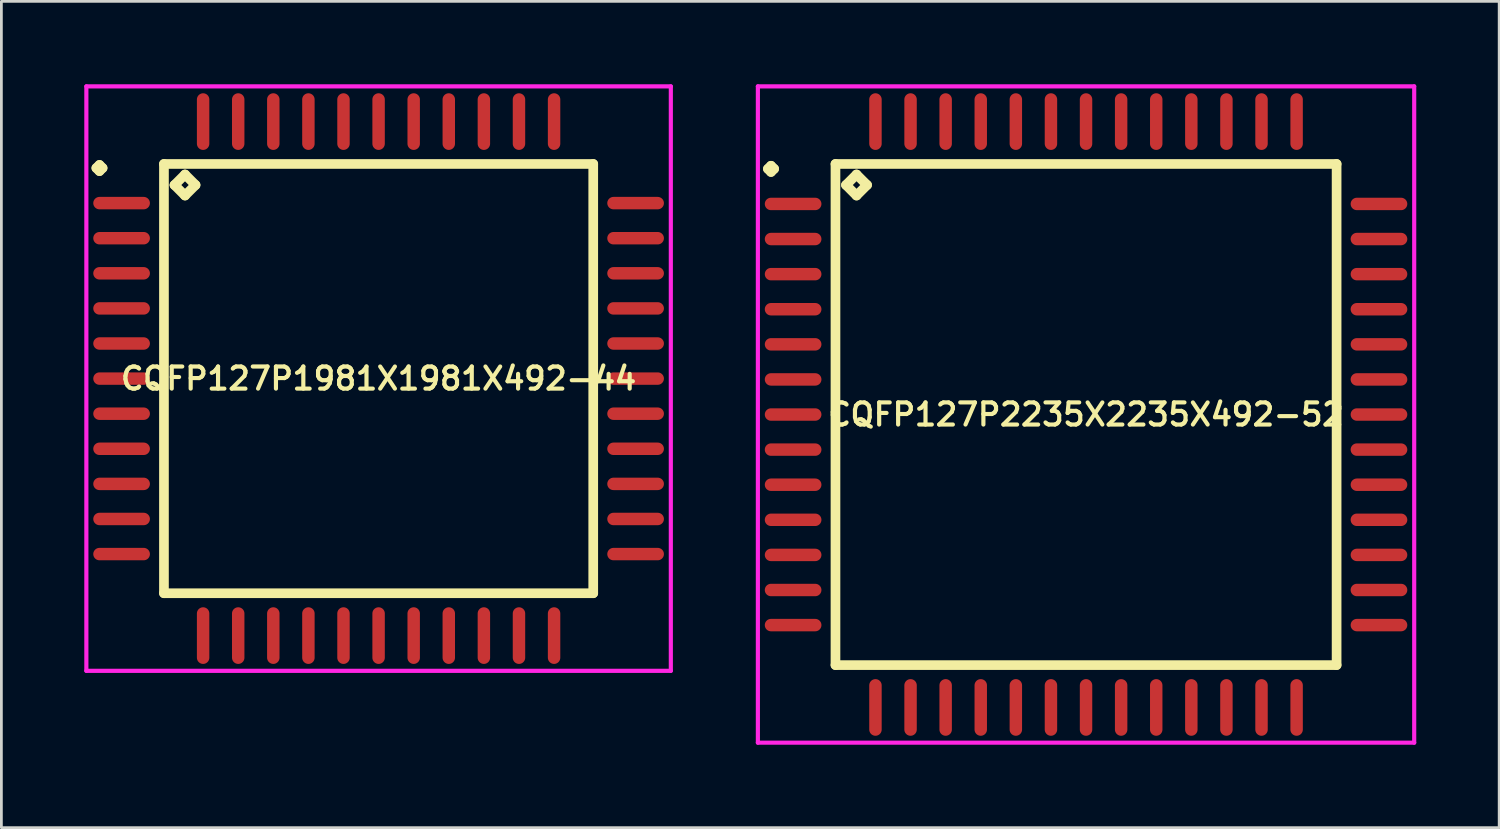
<source format=kicad_pcb>
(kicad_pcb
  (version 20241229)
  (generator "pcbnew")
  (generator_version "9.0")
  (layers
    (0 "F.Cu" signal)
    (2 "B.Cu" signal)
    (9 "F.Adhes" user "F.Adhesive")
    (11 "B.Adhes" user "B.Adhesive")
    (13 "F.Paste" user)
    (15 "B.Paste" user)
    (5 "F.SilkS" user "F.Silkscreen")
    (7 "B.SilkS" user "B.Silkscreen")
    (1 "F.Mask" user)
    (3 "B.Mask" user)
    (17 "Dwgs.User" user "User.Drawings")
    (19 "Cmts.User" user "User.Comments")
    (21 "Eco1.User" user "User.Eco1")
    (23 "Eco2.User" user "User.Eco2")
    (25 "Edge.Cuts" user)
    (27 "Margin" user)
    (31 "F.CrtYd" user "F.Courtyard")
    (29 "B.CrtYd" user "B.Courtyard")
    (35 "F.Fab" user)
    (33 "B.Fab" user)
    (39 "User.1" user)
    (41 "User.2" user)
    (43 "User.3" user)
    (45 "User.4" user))
  (footprint "CQFP127P2235X2235X492-52"
    (layer "F.Cu")
    (at 36.25 11.95)
    (property "Reference" "CQFP127P2235X2235X492-52" (at 0 0 0) (layer "F.SilkS") (effects (font (size 0.8 0.8) (thickness 0.15))))
    (attr smd)
    (fp_line (start -11.512 -8.89) (end -11.4 -9.002) (stroke (width 0.35) (type solid)) (layer "F.SilkS"))
    (fp_line (start -11.4 -9.002) (end -11.287 -8.89) (stroke (width 0.35) (type solid)) (layer "F.SilkS"))
    (fp_line (start -11.4 -8.777) (end -11.512 -8.89) (stroke (width 0.35) (type solid)) (layer "F.SilkS"))
    (fp_line (start -11.287 -8.89) (end -11.4 -8.777) (stroke (width 0.35) (type solid)) (layer "F.SilkS"))
    (fp_line (start -9.067 -9.067) (end -9.067 9.067) (stroke (width 0.35) (type solid)) (layer "F.SilkS"))
    (fp_line (start -9.067 9.067) (end 9.067 9.067) (stroke (width 0.35) (type solid)) (layer "F.SilkS"))
    (fp_line (start -8.686 -8.305) (end -8.305 -8.686) (stroke (width 0.35) (type solid)) (layer "F.SilkS"))
    (fp_line (start -8.305 -8.686) (end -7.924 -8.305) (stroke (width 0.35) (type solid)) (layer "F.SilkS"))
    (fp_line (start -8.305 -7.924) (end -8.686 -8.305) (stroke (width 0.35) (type solid)) (layer "F.SilkS"))
    (fp_line (start -7.924 -8.305) (end -8.305 -7.924) (stroke (width 0.35) (type solid)) (layer "F.SilkS"))
    (fp_line (start 9.067 -9.067) (end -9.067 -9.067) (stroke (width 0.35) (type solid)) (layer "F.SilkS"))
    (fp_line (start 9.067 9.067) (end 9.067 -9.067) (stroke (width 0.35) (type solid)) (layer "F.SilkS"))
    (fp_line (start -11.875 -11.875) (end 11.875 -11.875) (stroke (width 0.15) (type solid)) (layer "F.CrtYd"))
    (fp_line (start -11.875 11.875) (end -11.875 -11.875) (stroke (width 0.15) (type solid)) (layer "F.CrtYd"))
    (fp_line (start 11.875 -11.875) (end 11.875 11.875) (stroke (width 0.15) (type solid)) (layer "F.CrtYd"))
    (fp_line (start 11.875 11.875) (end -11.875 11.875) (stroke (width 0.15) (type solid)) (layer "F.CrtYd"))
    (pad "1" smd oval (at -10.6 -7.62) (size 2.05 0.45) (layers "F.Cu" "F.Mask" "F.Paste"))
    (pad "2" smd oval (at -10.6 -6.35) (size 2.05 0.45) (layers "F.Cu" "F.Mask" "F.Paste"))
    (pad "3" smd oval (at -10.6 -5.08) (size 2.05 0.45) (layers "F.Cu" "F.Mask" "F.Paste"))
    (pad "4" smd oval (at -10.6 -3.81) (size 2.05 0.45) (layers "F.Cu" "F.Mask" "F.Paste"))
    (pad "5" smd oval (at -10.6 -2.54) (size 2.05 0.45) (layers "F.Cu" "F.Mask" "F.Paste"))
    (pad "6" smd oval (at -10.6 -1.27) (size 2.05 0.45) (layers "F.Cu" "F.Mask" "F.Paste"))
    (pad "7" smd oval (at -10.6 0) (size 2.05 0.45) (layers "F.Cu" "F.Mask" "F.Paste"))
    (pad "8" smd oval (at -10.6 1.27) (size 2.05 0.45) (layers "F.Cu" "F.Mask" "F.Paste"))
    (pad "9" smd oval (at -10.6 2.54) (size 2.05 0.45) (layers "F.Cu" "F.Mask" "F.Paste"))
    (pad "10" smd oval (at -10.6 3.81) (size 2.05 0.45) (layers "F.Cu" "F.Mask" "F.Paste"))
    (pad "11" smd oval (at -10.6 5.08) (size 2.05 0.45) (layers "F.Cu" "F.Mask" "F.Paste"))
    (pad "12" smd oval (at -10.6 6.35) (size 2.05 0.45) (layers "F.Cu" "F.Mask" "F.Paste"))
    (pad "13" smd oval (at -10.6 7.62) (size 2.05 0.45) (layers "F.Cu" "F.Mask" "F.Paste"))
    (pad "14" smd oval (at -7.62 10.6) (size 0.45 2.05) (layers "F.Cu" "F.Mask" "F.Paste"))
    (pad "15" smd oval (at -6.35 10.6) (size 0.45 2.05) (layers "F.Cu" "F.Mask" "F.Paste"))
    (pad "16" smd oval (at -5.08 10.6) (size 0.45 2.05) (layers "F.Cu" "F.Mask" "F.Paste"))
    (pad "17" smd oval (at -3.81 10.6) (size 0.45 2.05) (layers "F.Cu" "F.Mask" "F.Paste"))
    (pad "18" smd oval (at -2.54 10.6) (size 0.45 2.05) (layers "F.Cu" "F.Mask" "F.Paste"))
    (pad "19" smd oval (at -1.27 10.6) (size 0.45 2.05) (layers "F.Cu" "F.Mask" "F.Paste"))
    (pad "20" smd oval (at 0 10.6) (size 0.45 2.05) (layers "F.Cu" "F.Mask" "F.Paste"))
    (pad "21" smd oval (at 1.27 10.6) (size 0.45 2.05) (layers "F.Cu" "F.Mask" "F.Paste"))
    (pad "22" smd oval (at 2.54 10.6) (size 0.45 2.05) (layers "F.Cu" "F.Mask" "F.Paste"))
    (pad "23" smd oval (at 3.81 10.6) (size 0.45 2.05) (layers "F.Cu" "F.Mask" "F.Paste"))
    (pad "24" smd oval (at 5.08 10.6) (size 0.45 2.05) (layers "F.Cu" "F.Mask" "F.Paste"))
    (pad "25" smd oval (at 6.35 10.6) (size 0.45 2.05) (layers "F.Cu" "F.Mask" "F.Paste"))
    (pad "26" smd oval (at 7.62 10.6) (size 0.45 2.05) (layers "F.Cu" "F.Mask" "F.Paste"))
    (pad "27" smd oval (at 10.6 7.62) (size 2.05 0.45) (layers "F.Cu" "F.Mask" "F.Paste"))
    (pad "28" smd oval (at 10.6 6.35) (size 2.05 0.45) (layers "F.Cu" "F.Mask" "F.Paste"))
    (pad "29" smd oval (at 10.6 5.08) (size 2.05 0.45) (layers "F.Cu" "F.Mask" "F.Paste"))
    (pad "30" smd oval (at 10.6 3.81) (size 2.05 0.45) (layers "F.Cu" "F.Mask" "F.Paste"))
    (pad "31" smd oval (at 10.6 2.54) (size 2.05 0.45) (layers "F.Cu" "F.Mask" "F.Paste"))
    (pad "32" smd oval (at 10.6 1.27) (size 2.05 0.45) (layers "F.Cu" "F.Mask" "F.Paste"))
    (pad "33" smd oval (at 10.6 0) (size 2.05 0.45) (layers "F.Cu" "F.Mask" "F.Paste"))
    (pad "34" smd oval (at 10.6 -1.27) (size 2.05 0.45) (layers "F.Cu" "F.Mask" "F.Paste"))
    (pad "35" smd oval (at 10.6 -2.54) (size 2.05 0.45) (layers "F.Cu" "F.Mask" "F.Paste"))
    (pad "36" smd oval (at 10.6 -3.81) (size 2.05 0.45) (layers "F.Cu" "F.Mask" "F.Paste"))
    (pad "37" smd oval (at 10.6 -5.08) (size 2.05 0.45) (layers "F.Cu" "F.Mask" "F.Paste"))
    (pad "38" smd oval (at 10.6 -6.35) (size 2.05 0.45) (layers "F.Cu" "F.Mask" "F.Paste"))
    (pad "39" smd oval (at 10.6 -7.62) (size 2.05 0.45) (layers "F.Cu" "F.Mask" "F.Paste"))
    (pad "40" smd oval (at 7.62 -10.6) (size 0.45 2.05) (layers "F.Cu" "F.Mask" "F.Paste"))
    (pad "41" smd oval (at 6.35 -10.6) (size 0.45 2.05) (layers "F.Cu" "F.Mask" "F.Paste"))
    (pad "42" smd oval (at 5.08 -10.6) (size 0.45 2.05) (layers "F.Cu" "F.Mask" "F.Paste"))
    (pad "43" smd oval (at 3.81 -10.6) (size 0.45 2.05) (layers "F.Cu" "F.Mask" "F.Paste"))
    (pad "44" smd oval (at 2.54 -10.6) (size 0.45 2.05) (layers "F.Cu" "F.Mask" "F.Paste"))
    (pad "45" smd oval (at 1.27 -10.6) (size 0.45 2.05) (layers "F.Cu" "F.Mask" "F.Paste"))
    (pad "46" smd oval (at 0 -10.6) (size 0.45 2.05) (layers "F.Cu" "F.Mask" "F.Paste"))
    (pad "47" smd oval (at -1.27 -10.6) (size 0.45 2.05) (layers "F.Cu" "F.Mask" "F.Paste"))
    (pad "48" smd oval (at -2.54 -10.6) (size 0.45 2.05) (layers "F.Cu" "F.Mask" "F.Paste"))
    (pad "49" smd oval (at -3.81 -10.6) (size 0.45 2.05) (layers "F.Cu" "F.Mask" "F.Paste"))
    (pad "50" smd oval (at -5.08 -10.6) (size 0.45 2.05) (layers "F.Cu" "F.Mask" "F.Paste"))
    (pad "51" smd oval (at -6.35 -10.6) (size 0.45 2.05) (layers "F.Cu" "F.Mask" "F.Paste"))
    (pad "52" smd oval (at -7.62 -10.6) (size 0.45 2.05) (layers "F.Cu" "F.Mask" "F.Paste")))
  (footprint "CQFP127P1981X1981X492-44"
    (layer "F.Cu")
    (at 10.65 10.65)
    (property "Reference" "CQFP127P1981X1981X492-44" (at 0 0 0) (layer "F.SilkS") (effects (font (size 0.8 0.8) (thickness 0.15))))
    (attr smd)
    (fp_line (start -10.213 -7.62) (end -10.1 -7.732) (stroke (width 0.35) (type solid)) (layer "F.SilkS"))
    (fp_line (start -10.1 -7.732) (end -9.988 -7.62) (stroke (width 0.35) (type solid)) (layer "F.SilkS"))
    (fp_line (start -10.1 -7.508) (end -10.213 -7.62) (stroke (width 0.35) (type solid)) (layer "F.SilkS"))
    (fp_line (start -9.988 -7.62) (end -10.1 -7.508) (stroke (width 0.35) (type solid)) (layer "F.SilkS"))
    (fp_line (start -7.767 -7.767) (end -7.767 7.767) (stroke (width 0.35) (type solid)) (layer "F.SilkS"))
    (fp_line (start -7.767 7.767) (end 7.767 7.767) (stroke (width 0.35) (type solid)) (layer "F.SilkS"))
    (fp_line (start -7.386 -7.005) (end -7.005 -7.386) (stroke (width 0.35) (type solid)) (layer "F.SilkS"))
    (fp_line (start -7.005 -7.386) (end -6.624 -7.005) (stroke (width 0.35) (type solid)) (layer "F.SilkS"))
    (fp_line (start -7.005 -6.624) (end -7.386 -7.005) (stroke (width 0.35) (type solid)) (layer "F.SilkS"))
    (fp_line (start -6.624 -7.005) (end -7.005 -6.624) (stroke (width 0.35) (type solid)) (layer "F.SilkS"))
    (fp_line (start 7.767 -7.767) (end -7.767 -7.767) (stroke (width 0.35) (type solid)) (layer "F.SilkS"))
    (fp_line (start 7.767 7.767) (end 7.767 -7.767) (stroke (width 0.35) (type solid)) (layer "F.SilkS"))
    (fp_line (start -10.575 -10.575) (end 10.575 -10.575) (stroke (width 0.15) (type solid)) (layer "F.CrtYd"))
    (fp_line (start -10.575 10.575) (end -10.575 -10.575) (stroke (width 0.15) (type solid)) (layer "F.CrtYd"))
    (fp_line (start 10.575 -10.575) (end 10.575 10.575) (stroke (width 0.15) (type solid)) (layer "F.CrtYd"))
    (fp_line (start 10.575 10.575) (end -10.575 10.575) (stroke (width 0.15) (type solid)) (layer "F.CrtYd"))
    (pad "1" smd oval (at -9.3 -6.35) (size 2.05 0.45) (layers "F.Cu" "F.Mask" "F.Paste"))
    (pad "2" smd oval (at -9.3 -5.08) (size 2.05 0.45) (layers "F.Cu" "F.Mask" "F.Paste"))
    (pad "3" smd oval (at -9.3 -3.81) (size 2.05 0.45) (layers "F.Cu" "F.Mask" "F.Paste"))
    (pad "4" smd oval (at -9.3 -2.54) (size 2.05 0.45) (layers "F.Cu" "F.Mask" "F.Paste"))
    (pad "5" smd oval (at -9.3 -1.27) (size 2.05 0.45) (layers "F.Cu" "F.Mask" "F.Paste"))
    (pad "6" smd oval (at -9.3 0) (size 2.05 0.45) (layers "F.Cu" "F.Mask" "F.Paste"))
    (pad "7" smd oval (at -9.3 1.27) (size 2.05 0.45) (layers "F.Cu" "F.Mask" "F.Paste"))
    (pad "8" smd oval (at -9.3 2.54) (size 2.05 0.45) (layers "F.Cu" "F.Mask" "F.Paste"))
    (pad "9" smd oval (at -9.3 3.81) (size 2.05 0.45) (layers "F.Cu" "F.Mask" "F.Paste"))
    (pad "10" smd oval (at -9.3 5.08) (size 2.05 0.45) (layers "F.Cu" "F.Mask" "F.Paste"))
    (pad "11" smd oval (at -9.3 6.35) (size 2.05 0.45) (layers "F.Cu" "F.Mask" "F.Paste"))
    (pad "12" smd oval (at -6.35 9.3) (size 0.45 2.05) (layers "F.Cu" "F.Mask" "F.Paste"))
    (pad "13" smd oval (at -5.08 9.3) (size 0.45 2.05) (layers "F.Cu" "F.Mask" "F.Paste"))
    (pad "14" smd oval (at -3.81 9.3) (size 0.45 2.05) (layers "F.Cu" "F.Mask" "F.Paste"))
    (pad "15" smd oval (at -2.54 9.3) (size 0.45 2.05) (layers "F.Cu" "F.Mask" "F.Paste"))
    (pad "16" smd oval (at -1.27 9.3) (size 0.45 2.05) (layers "F.Cu" "F.Mask" "F.Paste"))
    (pad "17" smd oval (at 0 9.3) (size 0.45 2.05) (layers "F.Cu" "F.Mask" "F.Paste"))
    (pad "18" smd oval (at 1.27 9.3) (size 0.45 2.05) (layers "F.Cu" "F.Mask" "F.Paste"))
    (pad "19" smd oval (at 2.54 9.3) (size 0.45 2.05) (layers "F.Cu" "F.Mask" "F.Paste"))
    (pad "20" smd oval (at 3.81 9.3) (size 0.45 2.05) (layers "F.Cu" "F.Mask" "F.Paste"))
    (pad "21" smd oval (at 5.08 9.3) (size 0.45 2.05) (layers "F.Cu" "F.Mask" "F.Paste"))
    (pad "22" smd oval (at 6.35 9.3) (size 0.45 2.05) (layers "F.Cu" "F.Mask" "F.Paste"))
    (pad "23" smd oval (at 9.3 6.35) (size 2.05 0.45) (layers "F.Cu" "F.Mask" "F.Paste"))
    (pad "24" smd oval (at 9.3 5.08) (size 2.05 0.45) (layers "F.Cu" "F.Mask" "F.Paste"))
    (pad "25" smd oval (at 9.3 3.81) (size 2.05 0.45) (layers "F.Cu" "F.Mask" "F.Paste"))
    (pad "26" smd oval (at 9.3 2.54) (size 2.05 0.45) (layers "F.Cu" "F.Mask" "F.Paste"))
    (pad "27" smd oval (at 9.3 1.27) (size 2.05 0.45) (layers "F.Cu" "F.Mask" "F.Paste"))
    (pad "28" smd oval (at 9.3 0) (size 2.05 0.45) (layers "F.Cu" "F.Mask" "F.Paste"))
    (pad "29" smd oval (at 9.3 -1.27) (size 2.05 0.45) (layers "F.Cu" "F.Mask" "F.Paste"))
    (pad "30" smd oval (at 9.3 -2.54) (size 2.05 0.45) (layers "F.Cu" "F.Mask" "F.Paste"))
    (pad "31" smd oval (at 9.3 -3.81) (size 2.05 0.45) (layers "F.Cu" "F.Mask" "F.Paste"))
    (pad "32" smd oval (at 9.3 -5.08) (size 2.05 0.45) (layers "F.Cu" "F.Mask" "F.Paste"))
    (pad "33" smd oval (at 9.3 -6.35) (size 2.05 0.45) (layers "F.Cu" "F.Mask" "F.Paste"))
    (pad "34" smd oval (at 6.35 -9.3) (size 0.45 2.05) (layers "F.Cu" "F.Mask" "F.Paste"))
    (pad "35" smd oval (at 5.08 -9.3) (size 0.45 2.05) (layers "F.Cu" "F.Mask" "F.Paste"))
    (pad "36" smd oval (at 3.81 -9.3) (size 0.45 2.05) (layers "F.Cu" "F.Mask" "F.Paste"))
    (pad "37" smd oval (at 2.54 -9.3) (size 0.45 2.05) (layers "F.Cu" "F.Mask" "F.Paste"))
    (pad "38" smd oval (at 1.27 -9.3) (size 0.45 2.05) (layers "F.Cu" "F.Mask" "F.Paste"))
    (pad "39" smd oval (at 0 -9.3) (size 0.45 2.05) (layers "F.Cu" "F.Mask" "F.Paste"))
    (pad "40" smd oval (at -1.27 -9.3) (size 0.45 2.05) (layers "F.Cu" "F.Mask" "F.Paste"))
    (pad "41" smd oval (at -2.54 -9.3) (size 0.45 2.05) (layers "F.Cu" "F.Mask" "F.Paste"))
    (pad "42" smd oval (at -3.81 -9.3) (size 0.45 2.05) (layers "F.Cu" "F.Mask" "F.Paste"))
    (pad "43" smd oval (at -5.08 -9.3) (size 0.45 2.05) (layers "F.Cu" "F.Mask" "F.Paste"))
    (pad "44" smd oval (at -6.35 -9.3) (size 0.45 2.05) (layers "F.Cu" "F.Mask" "F.Paste")))
  (gr_rect
    (start -3 -3)
    (end 51.2 26.9)
    (stroke (width 0.1) (type default))
    (fill no)
    (layer "Edge.Cuts")))
</source>
